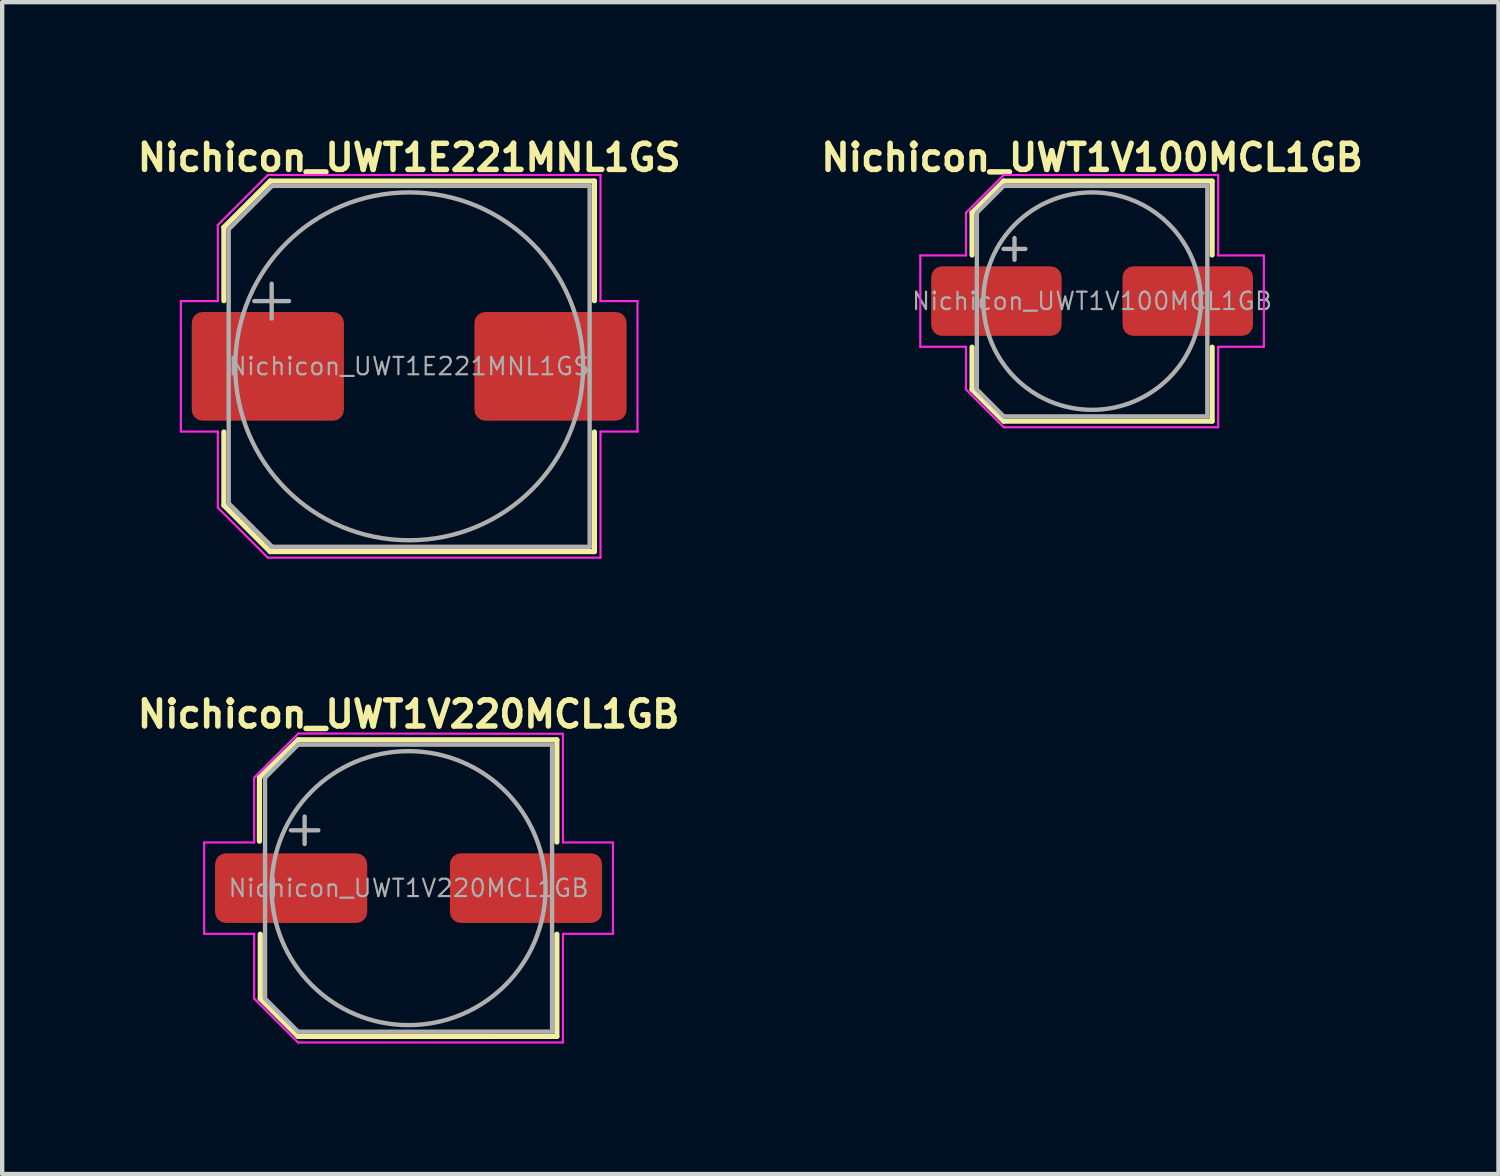
<source format=kicad_pcb>
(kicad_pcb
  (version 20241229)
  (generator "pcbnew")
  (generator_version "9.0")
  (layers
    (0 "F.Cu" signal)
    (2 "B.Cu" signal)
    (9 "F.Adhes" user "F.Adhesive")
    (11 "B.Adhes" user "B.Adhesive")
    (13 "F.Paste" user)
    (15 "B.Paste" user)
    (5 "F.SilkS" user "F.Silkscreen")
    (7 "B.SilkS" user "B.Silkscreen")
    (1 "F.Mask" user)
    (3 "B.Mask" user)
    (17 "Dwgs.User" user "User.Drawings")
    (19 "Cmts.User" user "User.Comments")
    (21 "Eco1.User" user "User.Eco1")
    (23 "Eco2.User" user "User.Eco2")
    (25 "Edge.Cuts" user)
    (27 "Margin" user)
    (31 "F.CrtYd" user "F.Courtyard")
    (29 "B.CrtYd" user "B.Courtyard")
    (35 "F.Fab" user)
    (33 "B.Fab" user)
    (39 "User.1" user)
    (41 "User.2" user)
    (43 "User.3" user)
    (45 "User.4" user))
  (footprint "Nichicon_UWT1V100MCL1GB"
    (layer "F.Cu")
    (at 22.063 3.874)
    (property "Reference" "Nichicon_UWT1V100MCL1GB" (at 0 -3.3 0) (layer "F.SilkS") (effects (font (size 0.6 0.6) (thickness 0.127))))
    (attr smd)
    (fp_line (start -2.76 -2.032) (end -2.76 -1.06) (stroke (width 0.12) (type solid)) (layer "F.SilkS"))
    (fp_line (start -2.76 -2.032) (end -2.032 -2.76) (stroke (width 0.12) (type solid)) (layer "F.SilkS"))
    (fp_line (start -2.76 2.032) (end -2.76 1.06) (stroke (width 0.12) (type solid)) (layer "F.SilkS"))
    (fp_line (start -2.76 2.032) (end -2.032 2.76) (stroke (width 0.12) (type solid)) (layer "F.SilkS"))
    (fp_line (start -2.032 -2.76) (end 2.76 -2.76) (stroke (width 0.12) (type solid)) (layer "F.SilkS"))
    (fp_line (start -2.032 2.76) (end 2.76 2.76) (stroke (width 0.12) (type solid)) (layer "F.SilkS"))
    (fp_line (start 2.76 -2.76) (end 2.76 -1.06) (stroke (width 0.12) (type solid)) (layer "F.SilkS"))
    (fp_line (start 2.76 2.76) (end 2.76 1.06) (stroke (width 0.12) (type solid)) (layer "F.SilkS"))
    (fp_line (start -3.95 -1.05) (end -3.95 1.05) (stroke (width 0.05) (type solid)) (layer "F.CrtYd"))
    (fp_line (start -3.95 1.05) (end -2.9 1.05) (stroke (width 0.05) (type solid)) (layer "F.CrtYd"))
    (fp_line (start -2.9 -2.032) (end -2.9 -1.05) (stroke (width 0.05) (type solid)) (layer "F.CrtYd"))
    (fp_line (start -2.9 -2.032) (end -2.032 -2.9) (stroke (width 0.05) (type solid)) (layer "F.CrtYd"))
    (fp_line (start -2.9 -1.05) (end -3.95 -1.05) (stroke (width 0.05) (type solid)) (layer "F.CrtYd"))
    (fp_line (start -2.9 1.05) (end -2.9 2.032) (stroke (width 0.05) (type solid)) (layer "F.CrtYd"))
    (fp_line (start -2.9 2.032) (end -2.032 2.9) (stroke (width 0.05) (type solid)) (layer "F.CrtYd"))
    (fp_line (start -2.032 -2.9) (end 2.9 -2.9) (stroke (width 0.05) (type solid)) (layer "F.CrtYd"))
    (fp_line (start -2.032 2.9) (end 2.9 2.9) (stroke (width 0.05) (type solid)) (layer "F.CrtYd"))
    (fp_line (start 2.9 -2.9) (end 2.9 -1.05) (stroke (width 0.05) (type solid)) (layer "F.CrtYd"))
    (fp_line (start 2.9 -1.05) (end 3.95 -1.05) (stroke (width 0.05) (type solid)) (layer "F.CrtYd"))
    (fp_line (start 2.9 1.05) (end 2.9 2.9) (stroke (width 0.05) (type solid)) (layer "F.CrtYd"))
    (fp_line (start 3.95 -1.05) (end 3.95 1.05) (stroke (width 0.05) (type solid)) (layer "F.CrtYd"))
    (fp_line (start 3.95 1.05) (end 2.9 1.05) (stroke (width 0.05) (type solid)) (layer "F.CrtYd"))
    (fp_line (start -2.65 -2.032) (end -2.65 2.032) (stroke (width 0.1) (type solid)) (layer "F.Fab"))
    (fp_line (start -2.65 -2.032) (end -2.032 -2.65) (stroke (width 0.1) (type solid)) (layer "F.Fab"))
    (fp_line (start -2.65 2.032) (end -2.032 2.65) (stroke (width 0.1) (type solid)) (layer "F.Fab"))
    (fp_line (start -2.034 -1.2) (end -1.534 -1.2) (stroke (width 0.1) (type solid)) (layer "F.Fab"))
    (fp_line (start -2.032 -2.65) (end 2.65 -2.65) (stroke (width 0.1) (type solid)) (layer "F.Fab"))
    (fp_line (start -2.032 2.65) (end 2.65 2.65) (stroke (width 0.1) (type solid)) (layer "F.Fab"))
    (fp_line (start -1.784 -1.45) (end -1.784 -0.95) (stroke (width 0.1) (type solid)) (layer "F.Fab"))
    (fp_line (start 2.65 -2.65) (end 2.65 2.65) (stroke (width 0.1) (type solid)) (layer "F.Fab"))
    (fp_circle (center 0 0) (end 2.5 0) (stroke (width 0.1) (type solid)) (fill no) (layer "F.Fab"))
    (fp_text user "${REFERENCE}" (at 0 0 0) (layer "F.Fab") (effects (font (size 0.4 0.4) (thickness 0.05))))
    (pad "1" smd roundrect (at -2.2 0) (size 3 1.6) (layers "F.Cu" "F.Mask" "F.Paste") (roundrect_rratio 0.156))
    (pad "2" smd roundrect (at 2.2 0) (size 3 1.6) (layers "F.Cu" "F.Mask" "F.Paste") (roundrect_rratio 0.156)))
  (footprint "Nichicon_UWT1V220MCL1GB"
    (layer "F.Cu")
    (at 6.345 17.373)
    (property "Reference" "Nichicon_UWT1V220MCL1GB" (at 0 -4 0) (layer "F.SilkS") (effects (font (size 0.6 0.6) (thickness 0.127))))
    (attr smd)
    (fp_line (start -3.429 -2.54) (end -3.429 -1.079) (stroke (width 0.12) (type solid)) (layer "F.SilkS"))
    (fp_line (start -3.429 -2.54) (end -2.54 -3.41) (stroke (width 0.12) (type solid)) (layer "F.SilkS"))
    (fp_line (start -3.41 2.54) (end -3.41 1.06) (stroke (width 0.12) (type solid)) (layer "F.SilkS"))
    (fp_line (start -3.41 2.54) (end -2.54 3.41) (stroke (width 0.12) (type solid)) (layer "F.SilkS"))
    (fp_line (start -2.54 -3.41) (end 3.41 -3.41) (stroke (width 0.12) (type solid)) (layer "F.SilkS"))
    (fp_line (start -2.54 3.41) (end 3.41 3.41) (stroke (width 0.12) (type solid)) (layer "F.SilkS"))
    (fp_line (start 3.41 -3.41) (end 3.41 -1.06) (stroke (width 0.12) (type solid)) (layer "F.SilkS"))
    (fp_line (start 3.41 3.41) (end 3.41 1.06) (stroke (width 0.12) (type solid)) (layer "F.SilkS"))
    (fp_line (start -4.7 -1.05) (end -4.7 1.05) (stroke (width 0.05) (type solid)) (layer "F.CrtYd"))
    (fp_line (start -4.7 1.05) (end -3.55 1.05) (stroke (width 0.05) (type solid)) (layer "F.CrtYd"))
    (fp_line (start -3.55 -2.54) (end -3.55 -1.05) (stroke (width 0.05) (type solid)) (layer "F.CrtYd"))
    (fp_line (start -3.55 -2.54) (end -2.54 -3.55) (stroke (width 0.05) (type solid)) (layer "F.CrtYd"))
    (fp_line (start -3.55 -1.05) (end -4.7 -1.05) (stroke (width 0.05) (type solid)) (layer "F.CrtYd"))
    (fp_line (start -3.55 1.05) (end -3.55 2.54) (stroke (width 0.05) (type solid)) (layer "F.CrtYd"))
    (fp_line (start -3.55 2.54) (end -2.54 3.55) (stroke (width 0.05) (type solid)) (layer "F.CrtYd"))
    (fp_line (start -2.54 -3.556) (end 3.55 -3.55) (stroke (width 0.05) (type solid)) (layer "F.CrtYd"))
    (fp_line (start -2.54 3.55) (end 3.55 3.55) (stroke (width 0.05) (type solid)) (layer "F.CrtYd"))
    (fp_line (start 3.55 -3.55) (end 3.55 -1.05) (stroke (width 0.05) (type solid)) (layer "F.CrtYd"))
    (fp_line (start 3.55 -1.05) (end 4.7 -1.05) (stroke (width 0.05) (type solid)) (layer "F.CrtYd"))
    (fp_line (start 3.55 1.05) (end 3.55 3.55) (stroke (width 0.05) (type solid)) (layer "F.CrtYd"))
    (fp_line (start 4.7 -1.05) (end 4.7 1.05) (stroke (width 0.05) (type solid)) (layer "F.CrtYd"))
    (fp_line (start 4.7 1.05) (end 3.55 1.05) (stroke (width 0.05) (type solid)) (layer "F.CrtYd"))
    (fp_line (start -3.3 -2.54) (end -3.3 2.54) (stroke (width 0.1) (type solid)) (layer "F.Fab"))
    (fp_line (start -3.3 -2.54) (end -2.54 -3.3) (stroke (width 0.1) (type solid)) (layer "F.Fab"))
    (fp_line (start -3.3 2.54) (end -2.54 3.302) (stroke (width 0.1) (type solid)) (layer "F.Fab"))
    (fp_line (start -2.705 -1.33) (end -2.075 -1.33) (stroke (width 0.1) (type solid)) (layer "F.Fab"))
    (fp_line (start -2.54 -3.3) (end 3.3 -3.3) (stroke (width 0.1) (type solid)) (layer "F.Fab"))
    (fp_line (start -2.54 3.302) (end 3.3 3.3) (stroke (width 0.1) (type solid)) (layer "F.Fab"))
    (fp_line (start -2.39 -1.645) (end -2.39 -1.015) (stroke (width 0.1) (type solid)) (layer "F.Fab"))
    (fp_line (start 3.3 -3.3) (end 3.3 3.3) (stroke (width 0.1) (type solid)) (layer "F.Fab"))
    (fp_circle (center 0 0) (end 3.15 0) (stroke (width 0.1) (type solid)) (fill no) (layer "F.Fab"))
    (fp_text user "${REFERENCE}" (at 0 0 0) (layer "F.Fab") (effects (font (size 0.4 0.4) (thickness 0.05))))
    (pad "1" smd roundrect (at -2.7 0) (size 3.5 1.6) (layers "F.Cu" "F.Mask" "F.Paste") (roundrect_rratio 0.156))
    (pad "2" smd roundrect (at 2.7 0) (size 3.5 1.6) (layers "F.Cu" "F.Mask" "F.Paste") (roundrect_rratio 0.156)))
  (footprint "Nichicon_UWT1E221MNL1GS"
    (layer "F.Cu")
    (at 6.359 5.374)
    (property "Reference" "Nichicon_UWT1E221MNL1GS" (at 0 -4.8 0) (layer "F.SilkS") (effects (font (size 0.6 0.6) (thickness 0.127))))
    (attr smd)
    (fp_line (start -4.26 -3.196) (end -4.26 -1.51) (stroke (width 0.12) (type solid)) (layer "F.SilkS"))
    (fp_line (start -4.26 -3.196) (end -3.196 -4.26) (stroke (width 0.12) (type solid)) (layer "F.SilkS"))
    (fp_line (start -4.26 3.196) (end -4.26 1.51) (stroke (width 0.12) (type solid)) (layer "F.SilkS"))
    (fp_line (start -4.26 3.196) (end -3.196 4.26) (stroke (width 0.12) (type solid)) (layer "F.SilkS"))
    (fp_line (start -3.196 -4.26) (end 4.26 -4.26) (stroke (width 0.12) (type solid)) (layer "F.SilkS"))
    (fp_line (start -3.196 4.26) (end 4.26 4.26) (stroke (width 0.12) (type solid)) (layer "F.SilkS"))
    (fp_line (start 4.26 -4.26) (end 4.26 -1.51) (stroke (width 0.12) (type solid)) (layer "F.SilkS"))
    (fp_line (start 4.26 4.26) (end 4.26 1.51) (stroke (width 0.12) (type solid)) (layer "F.SilkS"))
    (fp_line (start -5.25 -1.5) (end -5.25 1.5) (stroke (width 0.05) (type solid)) (layer "F.CrtYd"))
    (fp_line (start -5.25 1.5) (end -4.4 1.5) (stroke (width 0.05) (type solid)) (layer "F.CrtYd"))
    (fp_line (start -4.4 -3.25) (end -4.4 -1.5) (stroke (width 0.05) (type solid)) (layer "F.CrtYd"))
    (fp_line (start -4.4 -3.25) (end -3.25 -4.4) (stroke (width 0.05) (type solid)) (layer "F.CrtYd"))
    (fp_line (start -4.4 -1.5) (end -5.25 -1.5) (stroke (width 0.05) (type solid)) (layer "F.CrtYd"))
    (fp_line (start -4.4 1.5) (end -4.4 3.25) (stroke (width 0.05) (type solid)) (layer "F.CrtYd"))
    (fp_line (start -4.4 3.25) (end -3.25 4.4) (stroke (width 0.05) (type solid)) (layer "F.CrtYd"))
    (fp_line (start -3.25 -4.4) (end 4.4 -4.4) (stroke (width 0.05) (type solid)) (layer "F.CrtYd"))
    (fp_line (start -3.25 4.4) (end 4.4 4.4) (stroke (width 0.05) (type solid)) (layer "F.CrtYd"))
    (fp_line (start 4.4 -4.4) (end 4.4 -1.5) (stroke (width 0.05) (type solid)) (layer "F.CrtYd"))
    (fp_line (start 4.4 -1.5) (end 5.25 -1.5) (stroke (width 0.05) (type solid)) (layer "F.CrtYd"))
    (fp_line (start 4.4 1.5) (end 4.4 4.4) (stroke (width 0.05) (type solid)) (layer "F.CrtYd"))
    (fp_line (start 5.25 -1.5) (end 5.25 1.5) (stroke (width 0.05) (type solid)) (layer "F.CrtYd"))
    (fp_line (start 5.25 1.5) (end 4.4 1.5) (stroke (width 0.05) (type solid)) (layer "F.CrtYd"))
    (fp_line (start -4.15 -3.15) (end -4.15 3.15) (stroke (width 0.1) (type solid)) (layer "F.Fab"))
    (fp_line (start -4.15 -3.15) (end -3.15 -4.15) (stroke (width 0.1) (type solid)) (layer "F.Fab"))
    (fp_line (start -4.15 3.15) (end -3.15 4.15) (stroke (width 0.1) (type solid)) (layer "F.Fab"))
    (fp_line (start -3.562 -1.5) (end -2.762 -1.5) (stroke (width 0.1) (type solid)) (layer "F.Fab"))
    (fp_line (start -3.162 -1.9) (end -3.162 -1.1) (stroke (width 0.1) (type solid)) (layer "F.Fab"))
    (fp_line (start -3.15 -4.15) (end 4.15 -4.15) (stroke (width 0.1) (type solid)) (layer "F.Fab"))
    (fp_line (start -3.15 4.15) (end 4.15 4.15) (stroke (width 0.1) (type solid)) (layer "F.Fab"))
    (fp_line (start 4.15 -4.15) (end 4.15 4.15) (stroke (width 0.1) (type solid)) (layer "F.Fab"))
    (fp_circle (center 0 0) (end 4 0) (stroke (width 0.1) (type solid)) (fill no) (layer "F.Fab"))
    (fp_text user "${REFERENCE}" (at 0 0 0) (layer "F.Fab") (effects (font (size 0.4 0.4) (thickness 0.05))))
    (pad "1" smd roundrect (at -3.25 0) (size 3.5 2.5) (layers "F.Cu" "F.Mask" "F.Paste") (roundrect_rratio 0.1))
    (pad "2" smd roundrect (at 3.25 0) (size 3.5 2.5) (layers "F.Cu" "F.Mask" "F.Paste") (roundrect_rratio 0.1)))
  (gr_rect
    (start -3 -3)
    (end 31.408 23.948)
    (stroke (width 0.1) (type default))
    (fill no)
    (layer "Edge.Cuts")))
</source>
